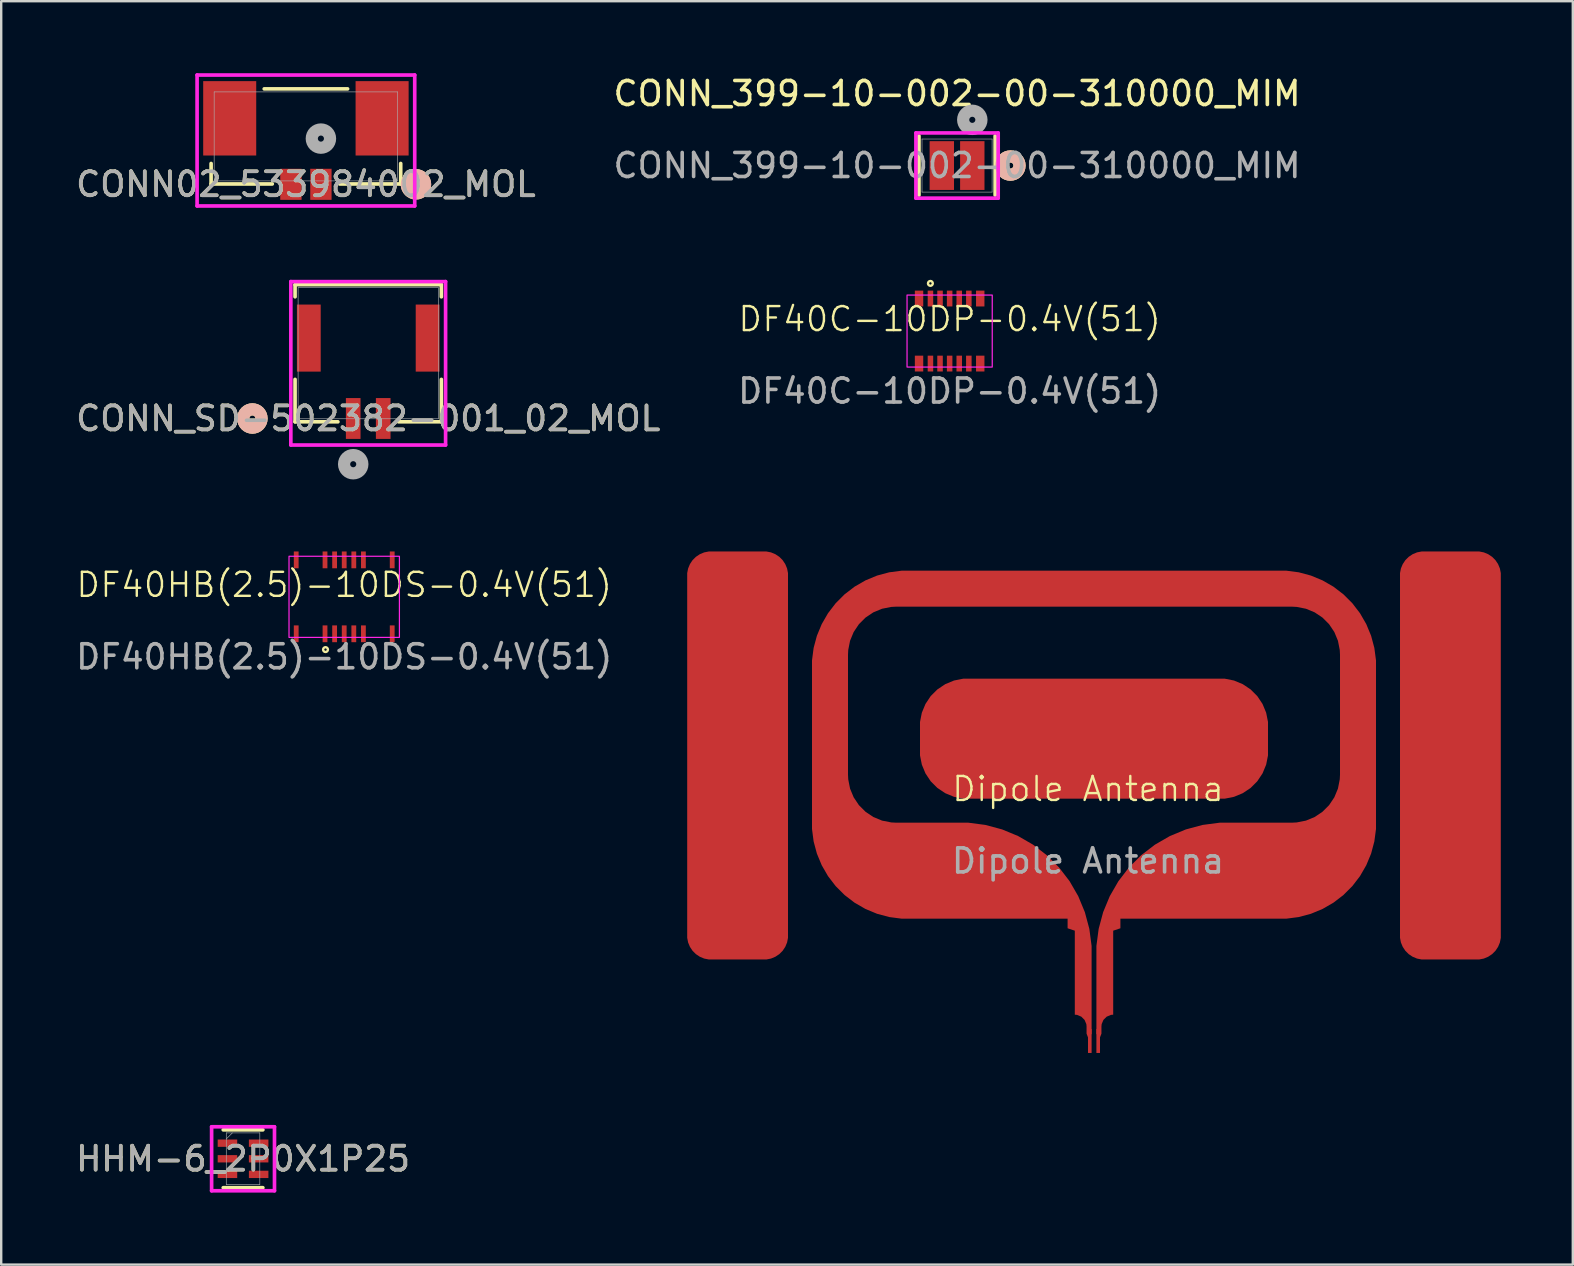
<source format=kicad_pcb>
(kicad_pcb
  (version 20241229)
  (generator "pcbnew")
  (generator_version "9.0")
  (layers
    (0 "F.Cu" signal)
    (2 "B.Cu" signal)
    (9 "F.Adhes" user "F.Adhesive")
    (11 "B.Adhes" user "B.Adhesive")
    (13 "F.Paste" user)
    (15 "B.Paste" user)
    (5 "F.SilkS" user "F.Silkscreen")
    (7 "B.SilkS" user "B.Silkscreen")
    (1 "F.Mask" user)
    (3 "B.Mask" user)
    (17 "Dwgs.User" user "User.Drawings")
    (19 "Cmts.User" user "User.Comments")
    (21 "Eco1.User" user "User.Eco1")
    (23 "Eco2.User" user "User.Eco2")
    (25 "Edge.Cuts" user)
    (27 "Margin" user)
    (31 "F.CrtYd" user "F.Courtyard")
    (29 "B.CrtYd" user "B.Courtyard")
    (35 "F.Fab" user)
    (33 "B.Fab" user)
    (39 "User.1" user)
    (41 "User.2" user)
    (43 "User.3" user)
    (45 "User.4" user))
  (footprint "DF40HB(2.5)-10DS-0.4V(51)"
    (layer "F.Cu")
    (at 11.292 21.818)
    (property "Reference" "DF40HB(2.5)-10DS-0.4V(51)" (at 0 -0.5 0) (unlocked yes) (layer "F.SilkS") (effects (font (size 1 1) (thickness 0.1))))
    (attr through_hole)
    (fp_circle (center -0.779 2.198) (end -0.679 2.198) (stroke (width 0.1) (type solid)) (fill no) (layer "F.SilkS"))
    (fp_rect (start -2.3 -1.69) (end 2.3 1.69) (stroke (width 0.05) (type solid)) (fill no) (layer "F.CrtYd"))
    (fp_text user "${REFERENCE}" (at 0 2.5 0) (unlocked yes) (layer "F.Fab") (effects (font (size 1 1) (thickness 0.15))))
    (pad "" smd rect (at -2 -1.54) (size 0.2 0.7) (layers "F.Cu" "F.Mask" "F.Paste"))
    (pad "" smd rect (at -2 1.54) (size 0.2 0.7) (layers "F.Cu" "F.Mask" "F.Paste"))
    (pad "" smd rect (at 2 -1.54) (size 0.2 0.7) (layers "F.Cu" "F.Mask" "F.Paste"))
    (pad "" smd rect (at 2 1.54) (size 0.2 0.7) (layers "F.Cu" "F.Mask" "F.Paste"))
    (pad "1" smd rect (at -0.8 1.54) (size 0.2 0.7) (layers "F.Cu" "F.Mask" "F.Paste"))
    (pad "2" smd rect (at -0.8 -1.54) (size 0.2 0.7) (layers "F.Cu" "F.Mask" "F.Paste"))
    (pad "3" smd rect (at -0.4 1.54) (size 0.2 0.7) (layers "F.Cu" "F.Mask" "F.Paste"))
    (pad "4" smd rect (at -0.4 -1.54) (size 0.2 0.7) (layers "F.Cu" "F.Mask" "F.Paste"))
    (pad "5" smd rect (at 0 1.54) (size 0.2 0.7) (layers "F.Cu" "F.Mask" "F.Paste"))
    (pad "6" smd rect (at 0 -1.54) (size 0.2 0.7) (layers "F.Cu" "F.Mask" "F.Paste"))
    (pad "7" smd rect (at 0.4 1.54) (size 0.2 0.7) (layers "F.Cu" "F.Mask" "F.Paste"))
    (pad "8" smd rect (at 0.4 -1.54) (size 0.2 0.7) (layers "F.Cu" "F.Mask" "F.Paste"))
    (pad "9" smd rect (at 0.8 1.54) (size 0.2 0.7) (layers "F.Cu" "F.Mask" "F.Paste"))
    (pad "10" smd rect (at 0.8 -1.54) (size 0.2 0.7) (layers "F.Cu" "F.Mask" "F.Paste")))
  (footprint "DF40C-10DP-0.4V(51)"
    (layer "F.Cu")
    (at 36.518 10.744)
    (property "Reference" "DF40C-10DP-0.4V(51)" (at 0 -0.5 0) (unlocked yes) (layer "F.SilkS") (effects (font (size 1 1) (thickness 0.1))))
    (attr through_hole)
    (fp_circle (center -0.802 -1.986) (end -0.702 -1.986) (stroke (width 0.1) (type solid)) (fill no) (layer "F.SilkS"))
    (fp_rect (start -1.775 -1.5) (end 1.775 1.5) (stroke (width 0.05) (type solid)) (fill no) (layer "F.CrtYd"))
    (fp_text user "${REFERENCE}" (at 0 2.5 0) (unlocked yes) (layer "F.Fab") (effects (font (size 1 1) (thickness 0.15))))
    (pad "" smd rect (at -1.275 -1.355) (size 0.35 0.66) (layers "F.Cu" "F.Mask" "F.Paste"))
    (pad "" smd rect (at -1.275 1.355) (size 0.35 0.66) (layers "F.Cu" "F.Mask" "F.Paste"))
    (pad "" smd rect (at 1.275 -1.355) (size 0.35 0.66) (layers "F.Cu" "F.Mask" "F.Paste"))
    (pad "" smd rect (at 1.275 1.355) (size 0.35 0.66) (layers "F.Cu" "F.Mask" "F.Paste"))
    (pad "1" smd rect (at -0.8 -1.355) (size 0.23 0.66) (layers "F.Cu" "F.Mask" "F.Paste"))
    (pad "2" smd rect (at -0.8 1.355) (size 0.23 0.66) (layers "F.Cu" "F.Mask" "F.Paste"))
    (pad "3" smd rect (at -0.4 -1.355) (size 0.23 0.66) (layers "F.Cu" "F.Mask" "F.Paste"))
    (pad "4" smd rect (at -0.4 1.355) (size 0.23 0.66) (layers "F.Cu" "F.Mask" "F.Paste"))
    (pad "5" smd rect (at 0 -1.355) (size 0.23 0.66) (layers "F.Cu" "F.Mask" "F.Paste"))
    (pad "6" smd rect (at 0 1.355) (size 0.23 0.66) (layers "F.Cu" "F.Mask" "F.Paste"))
    (pad "7" smd rect (at 0.4 -1.355) (size 0.23 0.66) (layers "F.Cu" "F.Mask" "F.Paste"))
    (pad "8" smd rect (at 0.4 1.355) (size 0.23 0.66) (layers "F.Cu" "F.Mask" "F.Paste"))
    (pad "9" smd rect (at 0.8 -1.355) (size 0.23 0.66) (layers "F.Cu" "F.Mask" "F.Paste"))
    (pad "10" smd rect (at 0.8 1.355) (size 0.23 0.66) (layers "F.Cu" "F.Mask" "F.Paste")))
  (footprint "CONN02_533984002_MOL"
    (layer "F.Cu")
    (at 9.696 2.634)
    (property "Reference" "CONN02_533984002_MOL" (at 0 1.996 0) (unlocked yes) (layer "F.SilkS") (effects (font (size 1 1) (thickness 0.15))))
    (attr smd)
    (fp_line (start -3.95 1.128) (end -3.95 1.981) (stroke (width 0.152) (type solid)) (layer "F.SilkS"))
    (fp_line (start -3.95 1.981) (end -1.402 1.981) (stroke (width 0.152) (type solid)) (layer "F.SilkS"))
    (fp_line (start 1.402 1.981) (end 3.95 1.981) (stroke (width 0.152) (type solid)) (layer "F.SilkS"))
    (fp_line (start 1.737 -1.981) (end -1.737 -1.981) (stroke (width 0.152) (type solid)) (layer "F.SilkS"))
    (fp_line (start 3.95 1.981) (end 3.95 1.128) (stroke (width 0.152) (type solid)) (layer "F.SilkS"))
    (fp_circle (center 4.585 1.996) (end 4.966 1.996) (stroke (width 0.508) (type solid)) (fill no) (layer "F.SilkS"))
    (fp_circle (center 4.585 1.996) (end 4.966 1.996) (stroke (width 0.508) (type solid)) (fill no) (layer "B.SilkS"))
    (fp_line (start -4.534 -2.558) (end -4.534 2.897) (stroke (width 0.152) (type solid)) (layer "F.CrtYd"))
    (fp_line (start -4.534 2.897) (end 4.534 2.897) (stroke (width 0.152) (type solid)) (layer "F.CrtYd"))
    (fp_line (start 4.534 -2.558) (end -4.534 -2.558) (stroke (width 0.152) (type solid)) (layer "F.CrtYd"))
    (fp_line (start 4.534 2.897) (end 4.534 -2.558) (stroke (width 0.152) (type solid)) (layer "F.CrtYd"))
    (fp_line (start -3.823 -1.854) (end -3.823 1.854) (stroke (width 0.025) (type solid)) (layer "F.Fab"))
    (fp_line (start -3.823 1.854) (end 3.823 1.854) (stroke (width 0.025) (type solid)) (layer "F.Fab"))
    (fp_line (start 3.823 -1.854) (end -3.823 -1.854) (stroke (width 0.025) (type solid)) (layer "F.Fab"))
    (fp_line (start 3.823 1.854) (end 3.823 -1.854) (stroke (width 0.025) (type solid)) (layer "F.Fab"))
    (fp_circle (center 0.625 0.091) (end 1.006 0.091) (stroke (width 0.508) (type solid)) (fill no) (layer "F.Fab"))
    (fp_text user "${REFERENCE}" (at 0 1.996 0) (unlocked yes) (layer "F.Fab") (effects (font (size 1 1) (thickness 0.15))))
    (pad "1" smd rect (at 0.625 1.996) (size 0.889 1.295) (layers "F.Cu" "F.Mask" "F.Paste"))
    (pad "2" smd rect (at -0.625 1.996) (size 0.889 1.295) (layers "F.Cu" "F.Mask" "F.Paste"))
    (pad "3" smd rect (at -3.175 -0.754) (size 2.21 3.099) (layers "F.Cu" "F.Mask" "F.Paste"))
    (pad "4" smd rect (at 3.175 -0.754) (size 2.21 3.099) (layers "F.Cu" "F.Mask" "F.Paste")))
  (footprint "HHM-6_2P0X1P25"
    (layer "F.Cu")
    (at 7.077 45.232)
    (property "Reference" "HHM-6_2P0X1P25" (at 0 0 0) (unlocked yes) (layer "F.SilkS") (effects (font (size 1 1) (thickness 0.15))))
    (attr smd)
    (fp_line (start -0.826 1.206) (end 0.826 1.206) (stroke (width 0.152) (type solid)) (layer "F.SilkS"))
    (fp_line (start 0.826 -1.206) (end -0.826 -1.206) (stroke (width 0.152) (type solid)) (layer "F.SilkS"))
    (fp_line (start -1.31 -1.333) (end 1.31 -1.333) (stroke (width 0.152) (type solid)) (layer "F.CrtYd"))
    (fp_line (start -1.31 1.333) (end -1.31 -1.333) (stroke (width 0.152) (type solid)) (layer "F.CrtYd"))
    (fp_line (start 1.31 -1.333) (end 1.31 1.333) (stroke (width 0.152) (type solid)) (layer "F.CrtYd"))
    (fp_line (start 1.31 1.333) (end -1.31 1.333) (stroke (width 0.152) (type solid)) (layer "F.CrtYd"))
    (fp_line (start -0.699 -1.079) (end -0.699 1.079) (stroke (width 0.025) (type solid)) (layer "F.Fab"))
    (fp_line (start -0.699 1.079) (end 0.699 1.079) (stroke (width 0.025) (type solid)) (layer "F.Fab"))
    (fp_line (start -0.445 -1.079) (end -0.699 -0.826) (stroke (width 0.025) (type solid)) (layer "F.Fab"))
    (fp_line (start 0.699 -1.079) (end -0.699 -1.079) (stroke (width 0.025) (type solid)) (layer "F.Fab"))
    (fp_line (start 0.699 1.079) (end 0.699 -1.079) (stroke (width 0.025) (type solid)) (layer "F.Fab"))
    (fp_text user "${REFERENCE}" (at 0 0 0) (unlocked yes) (layer "F.Fab") (effects (font (size 1 1) (thickness 0.15))))
    (pad "1" smd rect (at -0.65 -0.65) (size 0.813 0.305) (layers "F.Cu" "F.Mask" "F.Paste"))
    (pad "2" smd rect (at -0.65 0) (size 0.813 0.305) (layers "F.Cu" "F.Mask" "F.Paste"))
    (pad "3" smd rect (at -0.65 0.65) (size 0.813 0.305) (layers "F.Cu" "F.Mask" "F.Paste"))
    (pad "4" smd rect (at 0.65 0.65) (size 0.813 0.305) (layers "F.Cu" "F.Mask" "F.Paste"))
    (pad "5" smd rect (at 0.65 0) (size 0.813 0.305) (layers "F.Cu" "F.Mask" "F.Paste"))
    (pad "6" smd rect (at 0.65 -0.65) (size 0.813 0.305) (layers "F.Cu" "F.Mask" "F.Paste")))
  (footprint "CONN_SD-502382-001_02_MOL"
    (layer "F.Cu")
    (at 12.292 11.668)
    (property "Reference" "CONN_SD-502382-001_02_MOL" (at 0 2.719 0) (unlocked yes) (layer "F.SilkS") (effects (font (size 1 1) (thickness 0.15))))
    (attr smd)
    (fp_line (start -3.048 -2.857) (end -3.048 -2.351) (stroke (width 0.152) (type solid)) (layer "F.SilkS"))
    (fp_line (start -3.048 1.09) (end -3.048 2.857) (stroke (width 0.152) (type solid)) (layer "F.SilkS"))
    (fp_line (start -3.048 2.857) (end -1.263 2.857) (stroke (width 0.152) (type solid)) (layer "F.SilkS"))
    (fp_line (start 1.263 2.857) (end 3.048 2.857) (stroke (width 0.152) (type solid)) (layer "F.SilkS"))
    (fp_line (start 3.048 -2.857) (end -3.048 -2.857) (stroke (width 0.152) (type solid)) (layer "F.SilkS"))
    (fp_line (start 3.048 -2.351) (end 3.048 -2.857) (stroke (width 0.152) (type solid)) (layer "F.SilkS"))
    (fp_line (start 3.048 2.857) (end 3.048 1.09) (stroke (width 0.152) (type solid)) (layer "F.SilkS"))
    (fp_circle (center -4.826 2.719) (end -4.445 2.719) (stroke (width 0.508) (type solid)) (fill no) (layer "F.SilkS"))
    (fp_circle (center -4.826 2.719) (end -4.445 2.719) (stroke (width 0.508) (type solid)) (fill no) (layer "B.SilkS"))
    (fp_line (start -3.224 -2.985) (end -3.224 3.824) (stroke (width 0.152) (type solid)) (layer "F.CrtYd"))
    (fp_line (start -3.224 3.824) (end 3.224 3.824) (stroke (width 0.152) (type solid)) (layer "F.CrtYd"))
    (fp_line (start 3.224 -2.985) (end -3.224 -2.985) (stroke (width 0.152) (type solid)) (layer "F.CrtYd"))
    (fp_line (start 3.224 3.824) (end 3.224 -2.985) (stroke (width 0.152) (type solid)) (layer "F.CrtYd"))
    (fp_line (start -2.921 -2.731) (end -2.921 2.731) (stroke (width 0.025) (type solid)) (layer "F.Fab"))
    (fp_line (start -2.921 2.731) (end 2.921 2.731) (stroke (width 0.025) (type solid)) (layer "F.Fab"))
    (fp_line (start 2.921 -2.731) (end -2.921 -2.731) (stroke (width 0.025) (type solid)) (layer "F.Fab"))
    (fp_line (start 2.921 2.731) (end 2.921 -2.731) (stroke (width 0.025) (type solid)) (layer "F.Fab"))
    (fp_circle (center -0.625 4.624) (end -0.244 4.624) (stroke (width 0.508) (type solid)) (fill no) (layer "F.Fab"))
    (fp_text user "${REFERENCE}" (at 0 2.719 0) (unlocked yes) (layer "F.Fab") (effects (font (size 1 1) (thickness 0.15))))
    (pad "1" smd rect (at -0.625 2.719) (size 0.61 1.702) (layers "F.Cu" "F.Mask" "F.Paste"))
    (pad "2" smd rect (at 0.625 2.719) (size 0.61 1.702) (layers "F.Cu" "F.Mask" "F.Paste"))
    (pad "3" smd rect (at -2.475 -0.631) (size 0.991 2.794) (layers "F.Cu" "F.Mask" "F.Paste"))
    (pad "4" smd rect (at 2.475 -0.631) (size 0.991 2.794) (layers "F.Cu" "F.Mask" "F.Paste")))
  (footprint "CONN_399-10-002-00-310000_MIM"
    (layer "F.Cu")
    (at 36.827 3.848)
    (property "Reference" "CONN_399-10-002-00-310000_MIM" (at 0 -3 0) (unlocked yes) (layer "F.SilkS") (effects (font (size 1 1) (thickness 0.15))))
    (attr smd)
    (fp_line (start -1.587 -1.232) (end -1.587 1.232) (stroke (width 0.152) (type solid)) (layer "F.SilkS"))
    (fp_line (start 1.587 1.232) (end 1.587 -1.232) (stroke (width 0.152) (type solid)) (layer "F.SilkS"))
    (fp_circle (center 2.223 0) (end 2.603 0) (stroke (width 0.508) (type solid)) (fill no) (layer "F.SilkS"))
    (fp_circle (center 2.223 0) (end 2.603 0) (stroke (width 0.508) (type solid)) (fill no) (layer "B.SilkS"))
    (fp_line (start -1.714 -1.359) (end -1.714 1.359) (stroke (width 0.152) (type solid)) (layer "F.CrtYd"))
    (fp_line (start -1.714 1.359) (end 1.714 1.359) (stroke (width 0.152) (type solid)) (layer "F.CrtYd"))
    (fp_line (start 1.714 -1.359) (end -1.714 -1.359) (stroke (width 0.152) (type solid)) (layer "F.CrtYd"))
    (fp_line (start 1.714 1.359) (end 1.714 -1.359) (stroke (width 0.152) (type solid)) (layer "F.CrtYd"))
    (fp_line (start -1.46 -1.105) (end -1.46 1.105) (stroke (width 0.025) (type solid)) (layer "F.Fab"))
    (fp_line (start -1.46 1.105) (end 1.46 1.105) (stroke (width 0.025) (type solid)) (layer "F.Fab"))
    (fp_line (start 1.46 -1.105) (end -1.46 -1.105) (stroke (width 0.025) (type solid)) (layer "F.Fab"))
    (fp_line (start 1.46 1.105) (end 1.46 -1.105) (stroke (width 0.025) (type solid)) (layer "F.Fab"))
    (fp_circle (center 0.635 -1.905) (end 1.016 -1.905) (stroke (width 0.508) (type solid)) (fill no) (layer "F.Fab"))
    (fp_text user "${REFERENCE}" (at 0 0 0) (unlocked yes) (layer "F.Fab") (effects (font (size 1 1) (thickness 0.15))))
    (pad "1" smd rect (at 0.635 0) (size 1.016 2.032) (layers "F.Cu" "F.Mask" "F.Paste"))
    (pad "2" smd rect (at -0.635 0) (size 1.016 2.032) (layers "F.Cu" "F.Mask" "F.Paste")))
  (footprint "Dipole Antenna"
    (layer "F.Cu")
    (at 42.283 30.323)
    (property "Reference" "Dipole Antenna" (at 0 -0.5 0) (unlocked yes) (layer "F.SilkS") (effects (font (size 1 1) (thickness 0.1))))
    (attr through_hole)
    (fp_poly (pts (xy -13.208 -10.357) (xy -13.026 -10.281) (xy -12.862 -10.172) (xy -12.723 -10.033) (xy -12.614 -9.869) (xy -12.538 -9.687) (xy -12.5 -9.494) (xy -12.5 -9.395) (xy -12.5 5.605) (xy -12.5 5.704) (xy -12.538 5.897) (xy -12.614 6.079) (xy -12.723 6.243) (xy -12.862 6.382) (xy -13.026 6.491) (xy -13.208 6.567) (xy -13.401 6.605) (xy -13.5 6.605) (xy -15.7 6.605) (xy -15.798 6.605) (xy -15.992 6.567) (xy -16.174 6.491) (xy -16.337 6.382) (xy -16.477 6.243) (xy -16.586 6.079) (xy -16.662 5.897) (xy -16.7 5.704) (xy -16.7 5.605) (xy -16.7 -9.395) (xy -16.7 -9.494) (xy -16.662 -9.687) (xy -16.586 -9.869) (xy -16.477 -10.033) (xy -16.337 -10.172) (xy -16.174 -10.281) (xy -15.992 -10.357) (xy -15.798 -10.395) (xy -15.7 -10.395) (xy -13.401 -10.395)) (stroke (width 0) (type solid)) (fill yes) (layer "F.Cu"))
    (fp_poly (pts (xy 6.083 -5.018) (xy 6.447 -4.867) (xy 6.775 -4.648) (xy 7.053 -4.37) (xy 7.272 -4.042) (xy 7.423 -3.678) (xy 7.5 -3.292) (xy 7.5 -3.095) (xy 7.5 -2.095) (xy 7.5 -1.898) (xy 7.423 -1.512) (xy 7.272 -1.148) (xy 7.053 -0.82) (xy 6.775 -0.542) (xy 6.447 -0.323) (xy 6.083 -0.172) (xy 5.697 -0.095) (xy 5.5 -0.095) (xy -5 -0.095) (xy -5.197 -0.095) (xy -5.583 -0.172) (xy -5.947 -0.323) (xy -6.275 -0.542) (xy -6.554 -0.82) (xy -6.772 -1.148) (xy -6.923 -1.512) (xy -7 -1.898) (xy -7 -2.095) (xy -7 -3.095) (xy -7 -3.292) (xy -6.923 -3.678) (xy -6.772 -4.042) (xy -6.554 -4.37) (xy -6.275 -4.648) (xy -5.947 -4.867) (xy -5.583 -5.018) (xy -5.197 -5.095) (xy -5 -5.095) (xy 5.5 -5.095) (xy 5.697 -5.095)) (stroke (width 0) (type solid)) (fill yes) (layer "F.Cu"))
    (fp_poly (pts (xy 16.2 -10.395) (xy 16.299 -10.395) (xy 16.492 -10.357) (xy 16.674 -10.281) (xy 16.838 -10.172) (xy 16.977 -10.033) (xy 17.086 -9.869) (xy 17.162 -9.687) (xy 17.2 -9.494) (xy 17.2 -9.395) (xy 17.2 5.605) (xy 17.2 5.704) (xy 17.162 5.897) (xy 17.086 6.079) (xy 16.977 6.243) (xy 16.838 6.382) (xy 16.674 6.491) (xy 16.492 6.567) (xy 16.299 6.605) (xy 16.2 6.605) (xy 14 6.605) (xy 13.902 6.605) (xy 13.708 6.567) (xy 13.526 6.491) (xy 13.363 6.382) (xy 13.223 6.243) (xy 13.114 6.079) (xy 13.038 5.897) (xy 13 5.704) (xy 13 5.605) (xy 13 -9.395) (xy 13 -9.494) (xy 13.038 -9.687) (xy 13.114 -9.869) (xy 13.223 -10.033) (xy 13.363 -10.172) (xy 13.526 -10.281) (xy 13.708 -10.357) (xy 13.902 -10.395) (xy 14 -10.395)) (stroke (width 0) (type solid)) (fill yes) (layer "F.Cu"))
    (fp_poly (pts (xy 8.782 -9.527) (xy 9.289 -9.391) (xy 9.773 -9.19) (xy 10.227 -8.928) (xy 10.643 -8.609) (xy 11.014 -8.238) (xy 11.333 -7.822) (xy 11.595 -7.368) (xy 11.796 -6.883) (xy 11.931 -6.377) (xy 12 -5.857) (xy 12 -5.595) (xy 12 0.905) (xy 12 1.167) (xy 11.931 1.687) (xy 11.796 2.194) (xy 11.595 2.678) (xy 11.333 3.132) (xy 11.014 3.548) (xy 10.643 3.919) (xy 10.227 4.238) (xy 9.773 4.5) (xy 9.288 4.701) (xy 8.782 4.837) (xy 8.262 4.905) (xy 1.35 4.905) (xy 1.35 5.305) (xy 1.05 5.405) (xy 1.05 8.905) (xy 0.954 8.914) (xy 0.778 8.988) (xy 0.642 9.123) (xy 0.569 9.299) (xy 0.56 9.395) (xy 0.56 9.405) (xy 0.56 9.695) (xy 0.5 9.85) (xy 0.35 9.705) (xy 0.35 9.405) (xy 0.35 6.405) (xy 0.35 6.044) (xy 0.444 5.33) (xy 0.631 4.633) (xy 0.907 3.967) (xy 1.267 3.343) (xy 1.706 2.771) (xy 2.216 2.261) (xy 2.788 1.822) (xy 3.412 1.462) (xy 4.078 1.186) (xy 4.775 0.999) (xy 5.49 0.905) (xy 8.5 0.905) (xy 8.696 0.895) (xy 9.081 0.819) (xy 9.443 0.669) (xy 9.769 0.451) (xy 10.046 0.174) (xy 10.264 -0.152) (xy 10.414 -0.514) (xy 10.49 -0.899) (xy 10.5 -1.095) (xy 10.5 -6.095) (xy 10.49 -6.291) (xy 10.414 -6.676) (xy 10.264 -7.038) (xy 10.046 -7.364) (xy 9.769 -7.641) (xy 9.443 -7.859) (xy 9.081 -8.009) (xy 8.696 -8.085) (xy 8.5 -8.095) (xy -8 -8.095) (xy -8.196 -8.085) (xy -8.581 -8.009) (xy -8.943 -7.859) (xy -9.269 -7.641) (xy -9.546 -7.364) (xy -9.764 -7.038) (xy -9.914 -6.676) (xy -9.99 -6.291) (xy -10 -6.095) (xy -10 -1.095) (xy -9.99 -0.899) (xy -9.914 -0.514) (xy -9.764 -0.152) (xy -9.546 0.174) (xy -9.269 0.451) (xy -8.943 0.669) (xy -8.581 0.819) (xy -8.196 0.895) (xy -8 0.905) (xy -5.35 0.905) (xy -4.989 0.905) (xy -4.275 0.999) (xy -3.578 1.186) (xy -2.912 1.462) (xy -2.288 1.822) (xy -1.716 2.261) (xy -1.206 2.771) (xy -0.767 3.343) (xy -0.407 3.967) (xy -0.131 4.633) (xy 0.056 5.33) (xy 0.15 6.044) (xy 0.15 6.405) (xy 0.15 9.405) (xy 0.15 9.705) (xy -0.000054 9.852) (xy -0.06 9.695) (xy -0.06 9.405) (xy -0.06 9.395) (xy -0.069 9.299) (xy -0.143 9.123) (xy -0.278 8.988) (xy -0.454 8.914) (xy -0.55 8.905) (xy -0.55 5.405) (xy -0.85 5.305) (xy -0.85 4.905) (xy -7.5 4.905) (xy -7.762 4.905) (xy -8.282 4.837) (xy -8.789 4.701) (xy -9.273 4.5) (xy -9.727 4.238) (xy -10.143 3.919) (xy -10.514 3.548) (xy -10.833 3.132) (xy -11.095 2.678) (xy -11.296 2.194) (xy -11.432 1.687) (xy -11.5 1.167) (xy -11.5 0.905) (xy -11.5 -5.595) (xy -11.5 -5.857) (xy -11.432 -6.377) (xy -11.296 -6.883) (xy -11.095 -7.368) (xy -10.833 -7.822) (xy -10.514 -8.238) (xy -10.143 -8.609) (xy -9.727 -8.928) (xy -9.273 -9.19) (xy -8.789 -9.391) (xy -8.282 -9.527) (xy -7.762 -9.595) (xy 8 -9.595) (xy 8.262 -9.595)) (stroke (width 0) (type solid)) (fill yes) (layer "F.Cu"))
    (fp_text user "${REFERENCE}" (at 0 2.5 0) (unlocked yes) (layer "F.Fab") (effects (font (size 1 1) (thickness 0.15))))
    (pad "1" smd rect (at 0.075 10) (size 0.15 1) (layers "F.Cu"))
    (pad "2" smd rect (at 0.425 10) (size 0.15 1) (layers "F.Cu")))
  (gr_rect
    (start -3 -3)
    (end 62.483 49.642)
    (stroke (width 0.1) (type default))
    (fill no)
    (layer "Edge.Cuts")))
</source>
